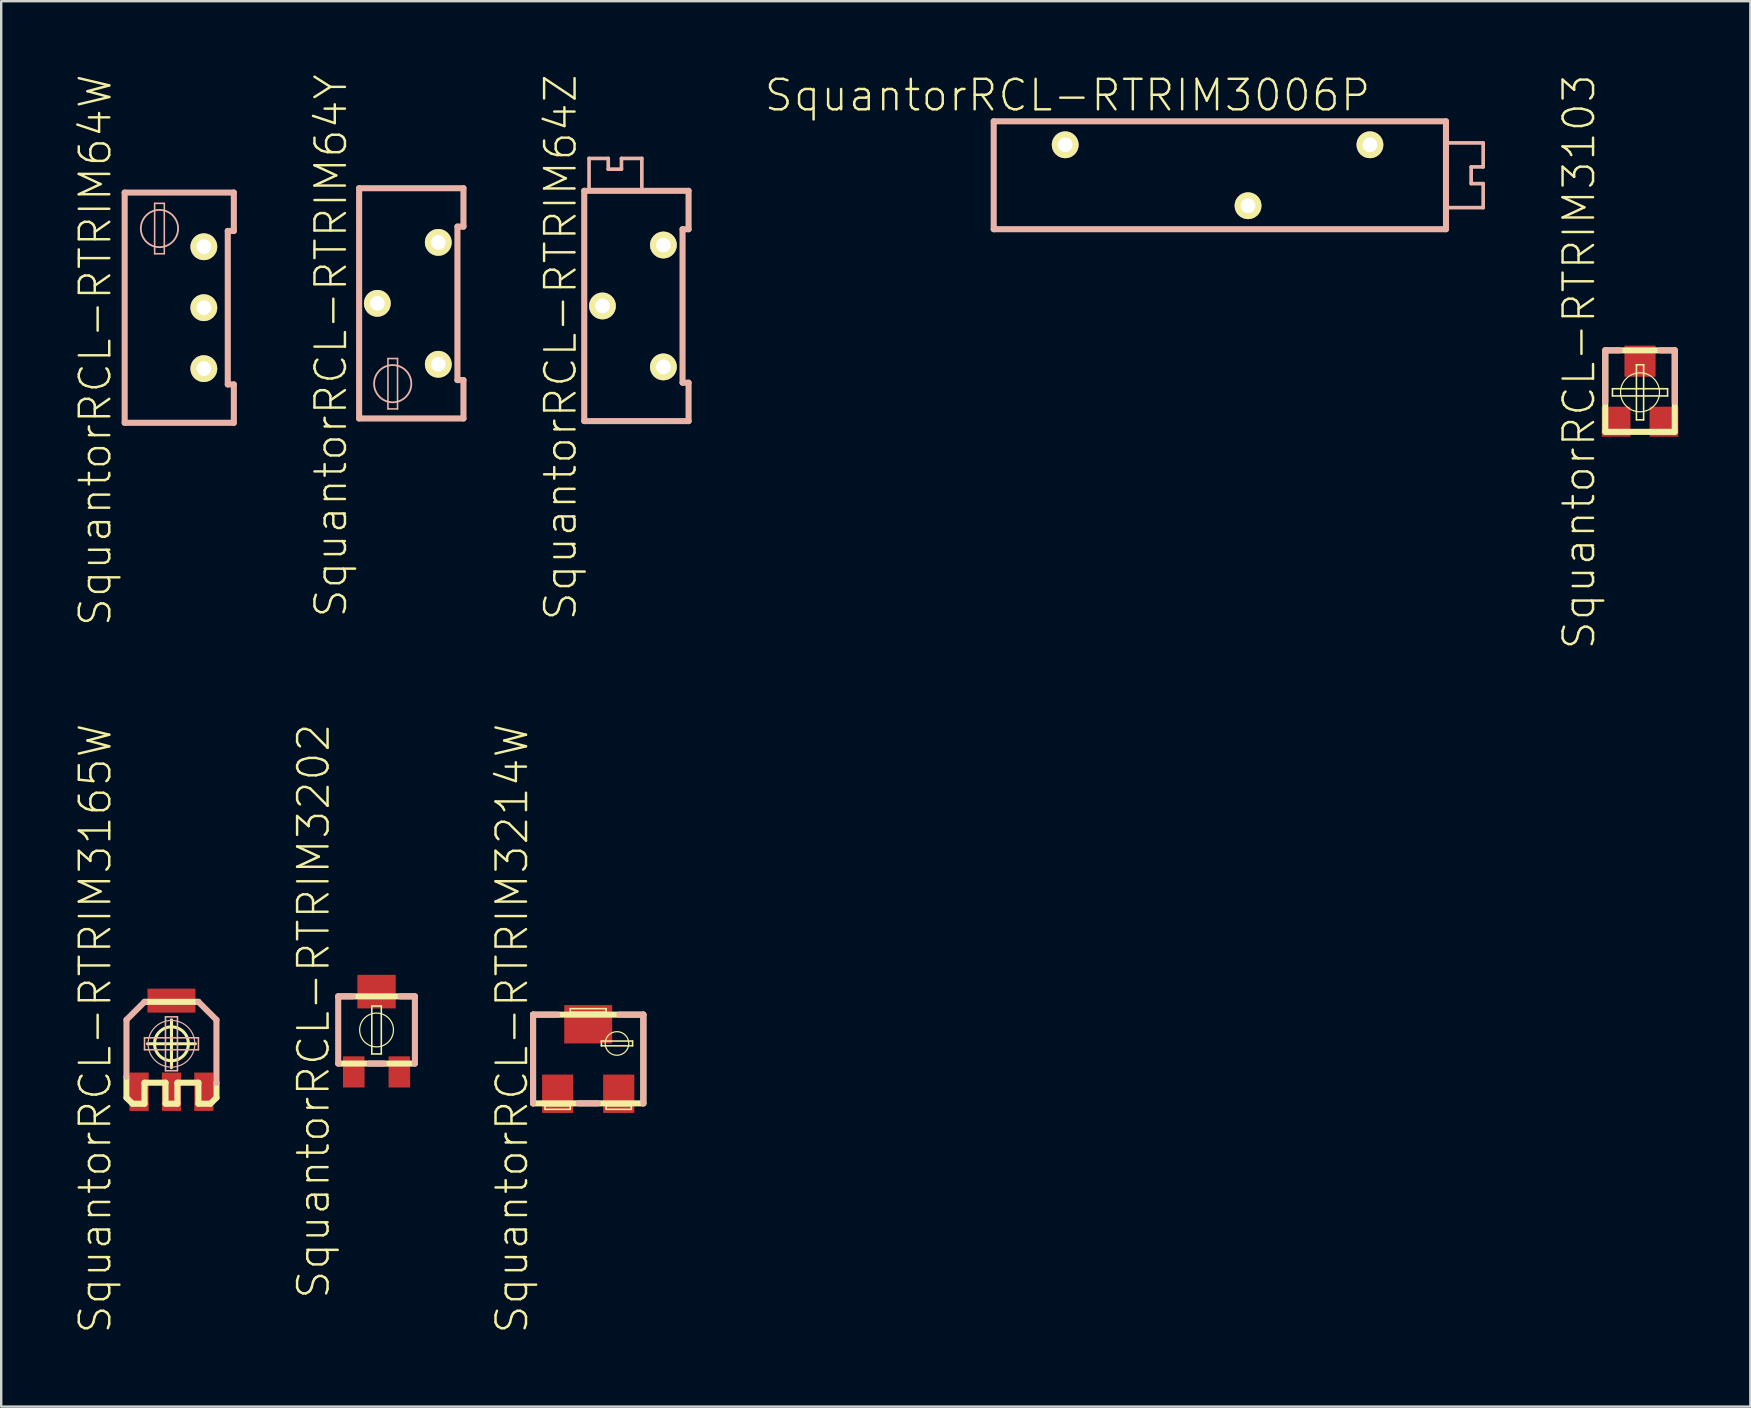
<source format=kicad_pcb>
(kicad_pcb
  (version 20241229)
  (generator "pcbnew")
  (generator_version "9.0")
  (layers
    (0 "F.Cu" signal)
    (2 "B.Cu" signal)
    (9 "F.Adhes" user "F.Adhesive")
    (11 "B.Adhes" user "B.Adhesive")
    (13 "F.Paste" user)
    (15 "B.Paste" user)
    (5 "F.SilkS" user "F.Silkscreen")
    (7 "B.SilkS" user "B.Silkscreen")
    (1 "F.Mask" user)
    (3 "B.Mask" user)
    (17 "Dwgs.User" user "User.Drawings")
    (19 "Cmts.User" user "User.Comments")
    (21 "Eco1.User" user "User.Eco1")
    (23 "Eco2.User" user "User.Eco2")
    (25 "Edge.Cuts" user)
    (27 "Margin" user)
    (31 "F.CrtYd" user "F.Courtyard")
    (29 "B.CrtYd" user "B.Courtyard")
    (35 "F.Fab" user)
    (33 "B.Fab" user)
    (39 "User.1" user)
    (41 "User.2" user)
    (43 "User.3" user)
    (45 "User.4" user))
  (footprint "SquantorRCL-RTRIM3214W"
    (layer "F.Cu")
    (at 21.464 41.085)
    (property "Reference" "SquantorRCL-RTRIM3214W" (at -3.175 -1.27 90) (layer "F.SilkS") (effects (font (size 1.27 1.27) (thickness 0.102))))
    (attr smd)
    (fp_line (start -2.299 -1.849) (end 2.299 -1.849) (stroke (width 0.254) (type solid)) (layer "F.SilkS"))
    (fp_line (start -2.299 1.849) (end -2.299 -1.849) (stroke (width 0.254) (type solid)) (layer "F.SilkS"))
    (fp_line (start -1.798 1.948) (end -0.749 1.948) (stroke (width 0.066) (type solid)) (layer "F.SilkS"))
    (fp_line (start -1.798 2.098) (end -1.798 1.948) (stroke (width 0.066) (type solid)) (layer "F.SilkS"))
    (fp_line (start -1.798 2.098) (end -0.749 2.098) (stroke (width 0.066) (type solid)) (layer "F.SilkS"))
    (fp_line (start -0.749 -2.098) (end 0.749 -2.098) (stroke (width 0.066) (type solid)) (layer "F.SilkS"))
    (fp_line (start -0.749 -1.948) (end -0.749 -2.098) (stroke (width 0.066) (type solid)) (layer "F.SilkS"))
    (fp_line (start -0.749 -1.948) (end 0.749 -1.948) (stroke (width 0.066) (type solid)) (layer "F.SilkS"))
    (fp_line (start -0.749 2.098) (end -0.749 1.948) (stroke (width 0.066) (type solid)) (layer "F.SilkS"))
    (fp_line (start 0.549 -0.749) (end 1.849 -0.749) (stroke (width 0.066) (type solid)) (layer "F.SilkS"))
    (fp_line (start 0.549 -0.549) (end 0.549 -0.749) (stroke (width 0.066) (type solid)) (layer "F.SilkS"))
    (fp_line (start 0.549 -0.549) (end 1.849 -0.549) (stroke (width 0.066) (type solid)) (layer "F.SilkS"))
    (fp_line (start 0.749 -1.948) (end 0.749 -2.098) (stroke (width 0.066) (type solid)) (layer "F.SilkS"))
    (fp_line (start 0.749 1.948) (end 1.798 1.948) (stroke (width 0.066) (type solid)) (layer "F.SilkS"))
    (fp_line (start 0.749 2.098) (end 0.749 1.948) (stroke (width 0.066) (type solid)) (layer "F.SilkS"))
    (fp_line (start 0.749 2.098) (end 1.798 2.098) (stroke (width 0.066) (type solid)) (layer "F.SilkS"))
    (fp_line (start 1.798 2.098) (end 1.798 1.948) (stroke (width 0.066) (type solid)) (layer "F.SilkS"))
    (fp_line (start 1.849 -0.549) (end 1.849 -0.749) (stroke (width 0.066) (type solid)) (layer "F.SilkS"))
    (fp_line (start 2.299 -1.849) (end 2.299 1.849) (stroke (width 0.254) (type solid)) (layer "F.SilkS"))
    (fp_line (start 2.299 1.849) (end -2.299 1.849) (stroke (width 0.254) (type solid)) (layer "F.SilkS"))
    (fp_circle (center 1.199 -0.648) (end 1.547 -0.996) (stroke (width 0.051) (type solid)) (fill no) (layer "F.SilkS"))
    (fp_line (start -2.299 -1.849) (end -1.298 -1.849) (stroke (width 0.254) (type solid)) (layer "B.SilkS"))
    (fp_line (start -2.299 1.849) (end -2.299 -1.849) (stroke (width 0.254) (type solid)) (layer "B.SilkS"))
    (fp_line (start -0.399 1.849) (end 0.399 1.849) (stroke (width 0.254) (type solid)) (layer "B.SilkS"))
    (fp_line (start 2.299 -1.849) (end 1.298 -1.849) (stroke (width 0.254) (type solid)) (layer "B.SilkS"))
    (fp_line (start 2.299 1.849) (end 2.299 -1.849) (stroke (width 0.254) (type solid)) (layer "B.SilkS"))
    (pad "1" smd rect (at -1.273 1.448) (size 1.298 1.598) (layers "F.Cu" "F.Mask" "F.Paste"))
    (pad "2" smd rect (at 0 -1.448) (size 1.999 1.598) (layers "F.Cu" "F.Mask" "F.Paste"))
    (pad "3" smd rect (at 1.273 1.448) (size 1.298 1.598) (layers "F.Cu" "F.Mask" "F.Paste")))
  (footprint "SquantorRCL-RTRIM64Y"
    (layer "F.Cu")
    (at 15.216 9.592)
    (property "Reference" "SquantorRCL-RTRIM64Y" (at -4.473 1.773 90) (layer "F.SilkS") (effects (font (size 1.27 1.27) (thickness 0.102))))
    (attr exclude_from_pos_files exclude_from_bom)
    (fp_line (start -3.299 -4.798) (end 1.049 -4.798) (stroke (width 0.254) (type solid)) (layer "B.SilkS"))
    (fp_line (start -3.299 4.798) (end -3.299 -4.798) (stroke (width 0.254) (type solid)) (layer "B.SilkS"))
    (fp_line (start -2.098 2.299) (end -1.699 2.299) (stroke (width 0.066) (type solid)) (layer "B.SilkS"))
    (fp_line (start -2.098 4.399) (end -2.098 2.299) (stroke (width 0.066) (type solid)) (layer "B.SilkS"))
    (fp_line (start -2.098 4.399) (end -1.699 4.399) (stroke (width 0.066) (type solid)) (layer "B.SilkS"))
    (fp_line (start -1.699 4.399) (end -1.699 2.299) (stroke (width 0.066) (type solid)) (layer "B.SilkS"))
    (fp_line (start 0.798 -3.198) (end 0.798 3.198) (stroke (width 0.254) (type solid)) (layer "B.SilkS"))
    (fp_line (start 0.798 3.198) (end 1.049 3.198) (stroke (width 0.254) (type solid)) (layer "B.SilkS"))
    (fp_line (start 1.049 -4.798) (end 1.049 -3.198) (stroke (width 0.254) (type solid)) (layer "B.SilkS"))
    (fp_line (start 1.049 -3.198) (end 0.798 -3.198) (stroke (width 0.254) (type solid)) (layer "B.SilkS"))
    (fp_line (start 1.049 3.198) (end 1.049 4.798) (stroke (width 0.254) (type solid)) (layer "B.SilkS"))
    (fp_line (start 1.049 4.798) (end -3.299 4.798) (stroke (width 0.254) (type solid)) (layer "B.SilkS"))
    (fp_circle (center -1.9 3.348) (end -2.449 3.896) (stroke (width 0.076) (type solid)) (fill no) (layer "B.SilkS"))
    (pad "1" thru_hole circle (at 0 2.54) (size 1.118 1.118) (drill 0.61) (layers "*.Cu" "F.Mask" "F.SilkS" "F.Paste"))
    (pad "2" thru_hole circle (at -2.54 0) (size 1.118 1.118) (drill 0.61) (layers "*.Cu" "F.Mask" "F.SilkS" "F.Paste"))
    (pad "3" thru_hole circle (at 0 -2.54) (size 1.118 1.118) (drill 0.61) (layers "*.Cu" "F.Mask" "F.SilkS" "F.Paste")))
  (footprint "SquantorRCL-RTRIM3202"
    (layer "F.Cu")
    (at 12.643 39.875)
    (property "Reference" "SquantorRCL-RTRIM3202" (at -2.624 -0.785 90) (layer "F.SilkS") (effects (font (size 1.27 1.27) (thickness 0.102))))
    (attr smd)
    (fp_line (start -1.598 1.4) (end 1.598 1.4) (stroke (width 0.254) (type solid)) (layer "F.SilkS"))
    (fp_line (start -0.198 -0.998) (end 0.198 -0.998) (stroke (width 0.066) (type solid)) (layer "F.SilkS"))
    (fp_line (start -0.198 0.998) (end -0.198 -0.998) (stroke (width 0.066) (type solid)) (layer "F.SilkS"))
    (fp_line (start -0.198 0.998) (end 0.198 0.998) (stroke (width 0.066) (type solid)) (layer "F.SilkS"))
    (fp_line (start 0.198 0.998) (end 0.198 -0.998) (stroke (width 0.066) (type solid)) (layer "F.SilkS"))
    (fp_line (start 1.598 -1.4) (end -1.598 -1.4) (stroke (width 0.254) (type solid)) (layer "F.SilkS"))
    (fp_circle (center 0 0) (end -0.498 0.498) (stroke (width 0.051) (type solid)) (fill no) (layer "F.SilkS"))
    (fp_line (start -1.598 -1.4) (end -1.598 1.4) (stroke (width 0.254) (type solid)) (layer "B.SilkS"))
    (fp_line (start -1.598 -1.4) (end -0.998 -1.4) (stroke (width 0.254) (type solid)) (layer "B.SilkS"))
    (fp_line (start -0.3 1.4) (end 0.3 1.4) (stroke (width 0.254) (type solid)) (layer "B.SilkS"))
    (fp_line (start 0.998 -1.4) (end 1.598 -1.4) (stroke (width 0.254) (type solid)) (layer "B.SilkS"))
    (fp_line (start 1.598 1.4) (end 1.598 -1.4) (stroke (width 0.254) (type solid)) (layer "B.SilkS"))
    (pad "1" smd rect (at -0.95 1.748) (size 0.899 1.298) (layers "F.Cu" "F.Mask" "F.Paste"))
    (pad "2" smd rect (at 0 -1.598) (size 1.598 1.4) (layers "F.Cu" "F.Mask" "F.Paste"))
    (pad "3" smd rect (at 0.95 1.748) (size 0.899 1.298) (layers "F.Cu" "F.Mask" "F.Paste")))
  (footprint "SquantorRCL-RTRIM64Z"
    (layer "F.Cu")
    (at 24.598 9.701)
    (property "Reference" "SquantorRCL-RTRIM64Z" (at -4.285 1.725 90) (layer "F.SilkS") (effects (font (size 1.27 1.27) (thickness 0.102))))
    (attr exclude_from_pos_files exclude_from_bom)
    (fp_line (start -3.299 -4.798) (end 1.049 -4.798) (stroke (width 0.254) (type solid)) (layer "B.SilkS"))
    (fp_line (start -3.299 4.798) (end -3.299 -4.798) (stroke (width 0.254) (type solid)) (layer "B.SilkS"))
    (fp_line (start -3.099 -6.149) (end -2.299 -6.149) (stroke (width 0.152) (type solid)) (layer "B.SilkS"))
    (fp_line (start -3.099 -4.948) (end -3.099 -6.149) (stroke (width 0.152) (type solid)) (layer "B.SilkS"))
    (fp_line (start -2.299 -6.149) (end -2.299 -5.7) (stroke (width 0.152) (type solid)) (layer "B.SilkS"))
    (fp_line (start -2.299 -5.7) (end -1.748 -5.7) (stroke (width 0.152) (type solid)) (layer "B.SilkS"))
    (fp_line (start -1.748 -6.149) (end -0.899 -6.149) (stroke (width 0.152) (type solid)) (layer "B.SilkS"))
    (fp_line (start -1.748 -5.7) (end -1.748 -6.149) (stroke (width 0.152) (type solid)) (layer "B.SilkS"))
    (fp_line (start -0.899 -6.149) (end -0.899 -4.948) (stroke (width 0.152) (type solid)) (layer "B.SilkS"))
    (fp_line (start 0.798 -3.198) (end 0.798 3.198) (stroke (width 0.254) (type solid)) (layer "B.SilkS"))
    (fp_line (start 0.798 3.198) (end 1.049 3.198) (stroke (width 0.254) (type solid)) (layer "B.SilkS"))
    (fp_line (start 1.049 -4.798) (end 1.049 -3.198) (stroke (width 0.254) (type solid)) (layer "B.SilkS"))
    (fp_line (start 1.049 -3.198) (end 0.798 -3.198) (stroke (width 0.254) (type solid)) (layer "B.SilkS"))
    (fp_line (start 1.049 3.198) (end 1.049 4.798) (stroke (width 0.254) (type solid)) (layer "B.SilkS"))
    (fp_line (start 1.049 4.798) (end -3.299 4.798) (stroke (width 0.254) (type solid)) (layer "B.SilkS"))
    (pad "1" thru_hole circle (at 0 2.54) (size 1.118 1.118) (drill 0.61) (layers "*.Cu" "F.Mask" "F.SilkS" "F.Paste"))
    (pad "2" thru_hole circle (at -2.54 0) (size 1.118 1.118) (drill 0.61) (layers "*.Cu" "F.Mask" "F.SilkS" "F.Paste"))
    (pad "3" thru_hole circle (at 0 -2.54) (size 1.118 1.118) (drill 0.61) (layers "*.Cu" "F.Mask" "F.SilkS" "F.Paste")))
  (footprint "SquantorRCL-RTRIM3103"
    (layer "F.Cu")
    (at 65.299 13.3)
    (property "Reference" "SquantorRCL-RTRIM3103" (at -2.54 -1.27 90) (layer "F.SilkS") (effects (font (size 1.27 1.27) (thickness 0.102))))
    (attr smd)
    (fp_line (start -1.448 -1.748) (end -1.448 1.648) (stroke (width 0.254) (type solid)) (layer "F.SilkS"))
    (fp_line (start -1.448 1.648) (end 1.448 1.648) (stroke (width 0.254) (type solid)) (layer "F.SilkS"))
    (fp_line (start -1.148 -0.15) (end 1.148 -0.15) (stroke (width 0.066) (type solid)) (layer "F.SilkS"))
    (fp_line (start -1.148 0.15) (end -1.148 -0.15) (stroke (width 0.066) (type solid)) (layer "F.SilkS"))
    (fp_line (start -1.148 0.15) (end 1.148 0.15) (stroke (width 0.066) (type solid)) (layer "F.SilkS"))
    (fp_line (start -0.15 -1.148) (end 0.15 -1.148) (stroke (width 0.066) (type solid)) (layer "F.SilkS"))
    (fp_line (start -0.15 1.148) (end -0.15 -1.148) (stroke (width 0.066) (type solid)) (layer "F.SilkS"))
    (fp_line (start -0.15 1.148) (end 0.15 1.148) (stroke (width 0.066) (type solid)) (layer "F.SilkS"))
    (fp_line (start 0.15 1.148) (end 0.15 -1.148) (stroke (width 0.066) (type solid)) (layer "F.SilkS"))
    (fp_line (start 1.148 0.15) (end 1.148 -0.15) (stroke (width 0.066) (type solid)) (layer "F.SilkS"))
    (fp_line (start 1.448 -1.748) (end -1.448 -1.748) (stroke (width 0.254) (type solid)) (layer "F.SilkS"))
    (fp_line (start 1.448 1.648) (end 1.448 -1.748) (stroke (width 0.254) (type solid)) (layer "F.SilkS"))
    (fp_circle (center 0 0) (end -0.574 0.574) (stroke (width 0.051) (type solid)) (fill no) (layer "F.SilkS"))
    (fp_line (start -1.448 -1.748) (end -0.848 -1.748) (stroke (width 0.254) (type solid)) (layer "B.SilkS"))
    (fp_line (start -1.448 0.399) (end -1.448 -1.748) (stroke (width 0.254) (type solid)) (layer "B.SilkS"))
    (fp_line (start 1.448 -1.748) (end 0.848 -1.748) (stroke (width 0.254) (type solid)) (layer "B.SilkS"))
    (fp_line (start 1.448 0.399) (end 1.448 -1.748) (stroke (width 0.254) (type solid)) (layer "B.SilkS"))
    (pad "1" smd rect (at -0.998 1.224) (size 1.199 1.25) (layers "F.Cu" "F.Mask" "F.Paste"))
    (pad "2" smd rect (at 0 -1.298) (size 1.298 1.298) (layers "F.Cu" "F.Mask" "F.Paste"))
    (pad "3" smd rect (at 0.998 1.224) (size 1.199 1.25) (layers "F.Cu" "F.Mask" "F.Paste")))
  (footprint "SquantorRCL-RTRIM64W"
    (layer "F.Cu")
    (at 4.175 9.773)
    (property "Reference" "SquantorRCL-RTRIM64W" (at -3.254 1.773 90) (layer "F.SilkS") (effects (font (size 1.27 1.27) (thickness 0.102))))
    (attr exclude_from_pos_files exclude_from_bom)
    (fp_line (start -2.029 -4.798) (end 2.52 -4.798) (stroke (width 0.254) (type solid)) (layer "B.SilkS"))
    (fp_line (start -2.029 4.798) (end -2.029 -4.798) (stroke (width 0.254) (type solid)) (layer "B.SilkS"))
    (fp_line (start -0.78 -4.348) (end -0.378 -4.348) (stroke (width 0.066) (type solid)) (layer "B.SilkS"))
    (fp_line (start -0.78 -2.248) (end -0.78 -4.348) (stroke (width 0.066) (type solid)) (layer "B.SilkS"))
    (fp_line (start -0.78 -2.248) (end -0.378 -2.248) (stroke (width 0.066) (type solid)) (layer "B.SilkS"))
    (fp_line (start -0.378 -2.248) (end -0.378 -4.348) (stroke (width 0.066) (type solid)) (layer "B.SilkS"))
    (fp_line (start 2.268 -3.198) (end 2.268 3.198) (stroke (width 0.254) (type solid)) (layer "B.SilkS"))
    (fp_line (start 2.268 3.198) (end 2.52 3.198) (stroke (width 0.254) (type solid)) (layer "B.SilkS"))
    (fp_line (start 2.52 -4.798) (end 2.52 -3.198) (stroke (width 0.254) (type solid)) (layer "B.SilkS"))
    (fp_line (start 2.52 -3.198) (end 2.268 -3.198) (stroke (width 0.254) (type solid)) (layer "B.SilkS"))
    (fp_line (start 2.52 3.198) (end 2.52 4.798) (stroke (width 0.254) (type solid)) (layer "B.SilkS"))
    (fp_line (start 2.52 4.798) (end -2.029 4.798) (stroke (width 0.254) (type solid)) (layer "B.SilkS"))
    (fp_circle (center -0.579 -3.299) (end -1.128 -3.848) (stroke (width 0.076) (type solid)) (fill no) (layer "B.SilkS"))
    (pad "1" thru_hole circle (at 1.27 2.54) (size 1.118 1.118) (drill 0.61) (layers "*.Cu" "F.Mask" "F.SilkS" "F.Paste"))
    (pad "2" thru_hole circle (at 1.27 0) (size 1.118 1.118) (drill 0.61) (layers "*.Cu" "F.Mask" "F.SilkS" "F.Paste"))
    (pad "3" thru_hole circle (at 1.27 -2.54) (size 1.118 1.118) (drill 0.61) (layers "*.Cu" "F.Mask" "F.SilkS" "F.Paste")))
  (footprint "SquantorRCL-RTRIM3165W"
    (layer "F.Cu")
    (at 4.096 40.45)
    (property "Reference" "SquantorRCL-RTRIM3165W" (at -3.175 -0.635 90) (layer "F.SilkS") (effects (font (size 1.27 1.27) (thickness 0.102))))
    (attr smd)
    (fp_line (start -1.875 1.374) (end -1.875 2.248) (stroke (width 0.254) (type solid)) (layer "F.SilkS"))
    (fp_line (start -1.875 2.248) (end -1.623 2.499) (stroke (width 0.254) (type solid)) (layer "F.SilkS"))
    (fp_line (start -1.623 2.499) (end -1.123 2.499) (stroke (width 0.254) (type solid)) (layer "F.SilkS"))
    (fp_line (start -1.123 1.623) (end -0.249 1.623) (stroke (width 0.254) (type solid)) (layer "F.SilkS"))
    (fp_line (start -1.123 2.499) (end -1.123 1.623) (stroke (width 0.254) (type solid)) (layer "F.SilkS"))
    (fp_line (start -0.998 0) (end 0.998 0) (stroke (width 0.127) (type solid)) (layer "F.SilkS"))
    (fp_line (start -0.249 1.623) (end -0.249 2.499) (stroke (width 0.254) (type solid)) (layer "F.SilkS"))
    (fp_line (start -0.249 2.499) (end 0.249 2.499) (stroke (width 0.254) (type solid)) (layer "F.SilkS"))
    (fp_line (start 0 0.998) (end 0 -0.998) (stroke (width 0.127) (type solid)) (layer "F.SilkS"))
    (fp_line (start 0.249 1.623) (end 1.123 1.623) (stroke (width 0.254) (type solid)) (layer "F.SilkS"))
    (fp_line (start 0.249 2.499) (end 0.249 1.623) (stroke (width 0.254) (type solid)) (layer "F.SilkS"))
    (fp_line (start 1.123 -1.748) (end -1.123 -1.748) (stroke (width 0.254) (type solid)) (layer "F.SilkS"))
    (fp_line (start 1.123 1.623) (end 1.123 2.499) (stroke (width 0.254) (type solid)) (layer "F.SilkS"))
    (fp_line (start 1.123 2.499) (end 1.623 2.499) (stroke (width 0.254) (type solid)) (layer "F.SilkS"))
    (fp_line (start 1.623 2.499) (end 1.875 2.248) (stroke (width 0.254) (type solid)) (layer "F.SilkS"))
    (fp_line (start 1.875 2.248) (end 1.875 1.623) (stroke (width 0.254) (type solid)) (layer "F.SilkS"))
    (fp_circle (center 0 0) (end -0.498 0.498) (stroke (width 0.127) (type solid)) (fill no) (layer "F.SilkS"))
    (fp_line (start -1.875 -0.998) (end -1.875 1.374) (stroke (width 0.254) (type solid)) (layer "B.SilkS"))
    (fp_line (start -1.123 -1.748) (end -1.875 -0.998) (stroke (width 0.254) (type solid)) (layer "B.SilkS"))
    (fp_line (start -1.123 -0.249) (end 1.123 -0.249) (stroke (width 0.066) (type solid)) (layer "B.SilkS"))
    (fp_line (start -1.123 0.249) (end -1.123 -0.249) (stroke (width 0.066) (type solid)) (layer "B.SilkS"))
    (fp_line (start -1.123 0.249) (end 1.123 0.249) (stroke (width 0.066) (type solid)) (layer "B.SilkS"))
    (fp_line (start -0.249 -1.123) (end 0.249 -1.123) (stroke (width 0.066) (type solid)) (layer "B.SilkS"))
    (fp_line (start -0.249 1.123) (end -0.249 -1.123) (stroke (width 0.066) (type solid)) (layer "B.SilkS"))
    (fp_line (start -0.249 1.123) (end 0.249 1.123) (stroke (width 0.066) (type solid)) (layer "B.SilkS"))
    (fp_line (start 0.249 1.123) (end 0.249 -1.123) (stroke (width 0.066) (type solid)) (layer "B.SilkS"))
    (fp_line (start 1.123 0.249) (end 1.123 -0.249) (stroke (width 0.066) (type solid)) (layer "B.SilkS"))
    (fp_line (start 1.875 -0.998) (end 1.123 -1.748) (stroke (width 0.254) (type solid)) (layer "B.SilkS"))
    (fp_line (start 1.875 1.623) (end 1.875 -0.998) (stroke (width 0.254) (type solid)) (layer "B.SilkS"))
    (fp_circle (center 0 0) (end -0.688 0.688) (stroke (width 0.051) (type solid)) (fill no) (layer "B.SilkS"))
    (pad "1" smd rect (at -1.349 1.999) (size 0.798 1.598) (layers "F.Cu" "F.Mask" "F.Paste"))
    (pad "2" smd rect (at 0 1.999) (size 0.798 1.598) (layers "F.Cu" "F.Mask" "F.Paste"))
    (pad "3" smd rect (at 1.349 1.999) (size 0.798 1.598) (layers "F.Cu" "F.Mask" "F.Paste"))
    (pad "4" smd rect (at 0 -1.798) (size 1.999 0.998) (layers "F.Cu" "F.Mask" "F.Paste")))
  (footprint "SquantorRCL-RTRIM3006P"
    (layer "F.Cu")
    (at 48.963 4.254)
    (property "Reference" "SquantorRCL-RTRIM3006P" (at -7.523 -3.332 0) (layer "F.SilkS") (effects (font (size 1.27 1.27) (thickness 0.102))))
    (attr exclude_from_pos_files exclude_from_bom)
    (fp_line (start -10.599 -2.248) (end -10.599 2.248) (stroke (width 0.254) (type solid)) (layer "B.SilkS"))
    (fp_line (start -10.599 2.248) (end 8.25 2.248) (stroke (width 0.254) (type solid)) (layer "B.SilkS"))
    (fp_line (start 8.25 -2.248) (end -10.599 -2.248) (stroke (width 0.254) (type solid)) (layer "B.SilkS"))
    (fp_line (start 8.25 2.248) (end 8.25 -2.248) (stroke (width 0.254) (type solid)) (layer "B.SilkS"))
    (fp_line (start 8.349 -1.349) (end 9.799 -1.349) (stroke (width 0.152) (type solid)) (layer "B.SilkS"))
    (fp_line (start 9.299 -0.348) (end 9.299 0.348) (stroke (width 0.152) (type solid)) (layer "B.SilkS"))
    (fp_line (start 9.299 0.348) (end 9.799 0.348) (stroke (width 0.152) (type solid)) (layer "B.SilkS"))
    (fp_line (start 9.799 -1.349) (end 9.799 -0.348) (stroke (width 0.152) (type solid)) (layer "B.SilkS"))
    (fp_line (start 9.799 -0.348) (end 9.299 -0.348) (stroke (width 0.152) (type solid)) (layer "B.SilkS"))
    (fp_line (start 9.799 0.348) (end 9.799 1.349) (stroke (width 0.152) (type solid)) (layer "B.SilkS"))
    (fp_line (start 9.799 1.349) (end 8.349 1.349) (stroke (width 0.152) (type solid)) (layer "B.SilkS"))
    (pad "1" thru_hole circle (at -7.62 -1.27) (size 1.118 1.118) (drill 0.61) (layers "*.Cu" "F.Mask" "F.SilkS" "F.Paste"))
    (pad "2" thru_hole circle (at 0 1.27) (size 1.118 1.118) (drill 0.61) (layers "*.Cu" "F.Mask" "F.SilkS" "F.Paste"))
    (pad "3" thru_hole circle (at 5.08 -1.27) (size 1.118 1.118) (drill 0.61) (layers "*.Cu" "F.Mask" "F.SilkS" "F.Paste")))
  (gr_rect
    (start -3 -3)
    (end 69.897 55.571)
    (stroke (width 0.1) (type default))
    (fill no)
    (layer "Edge.Cuts")))
</source>
